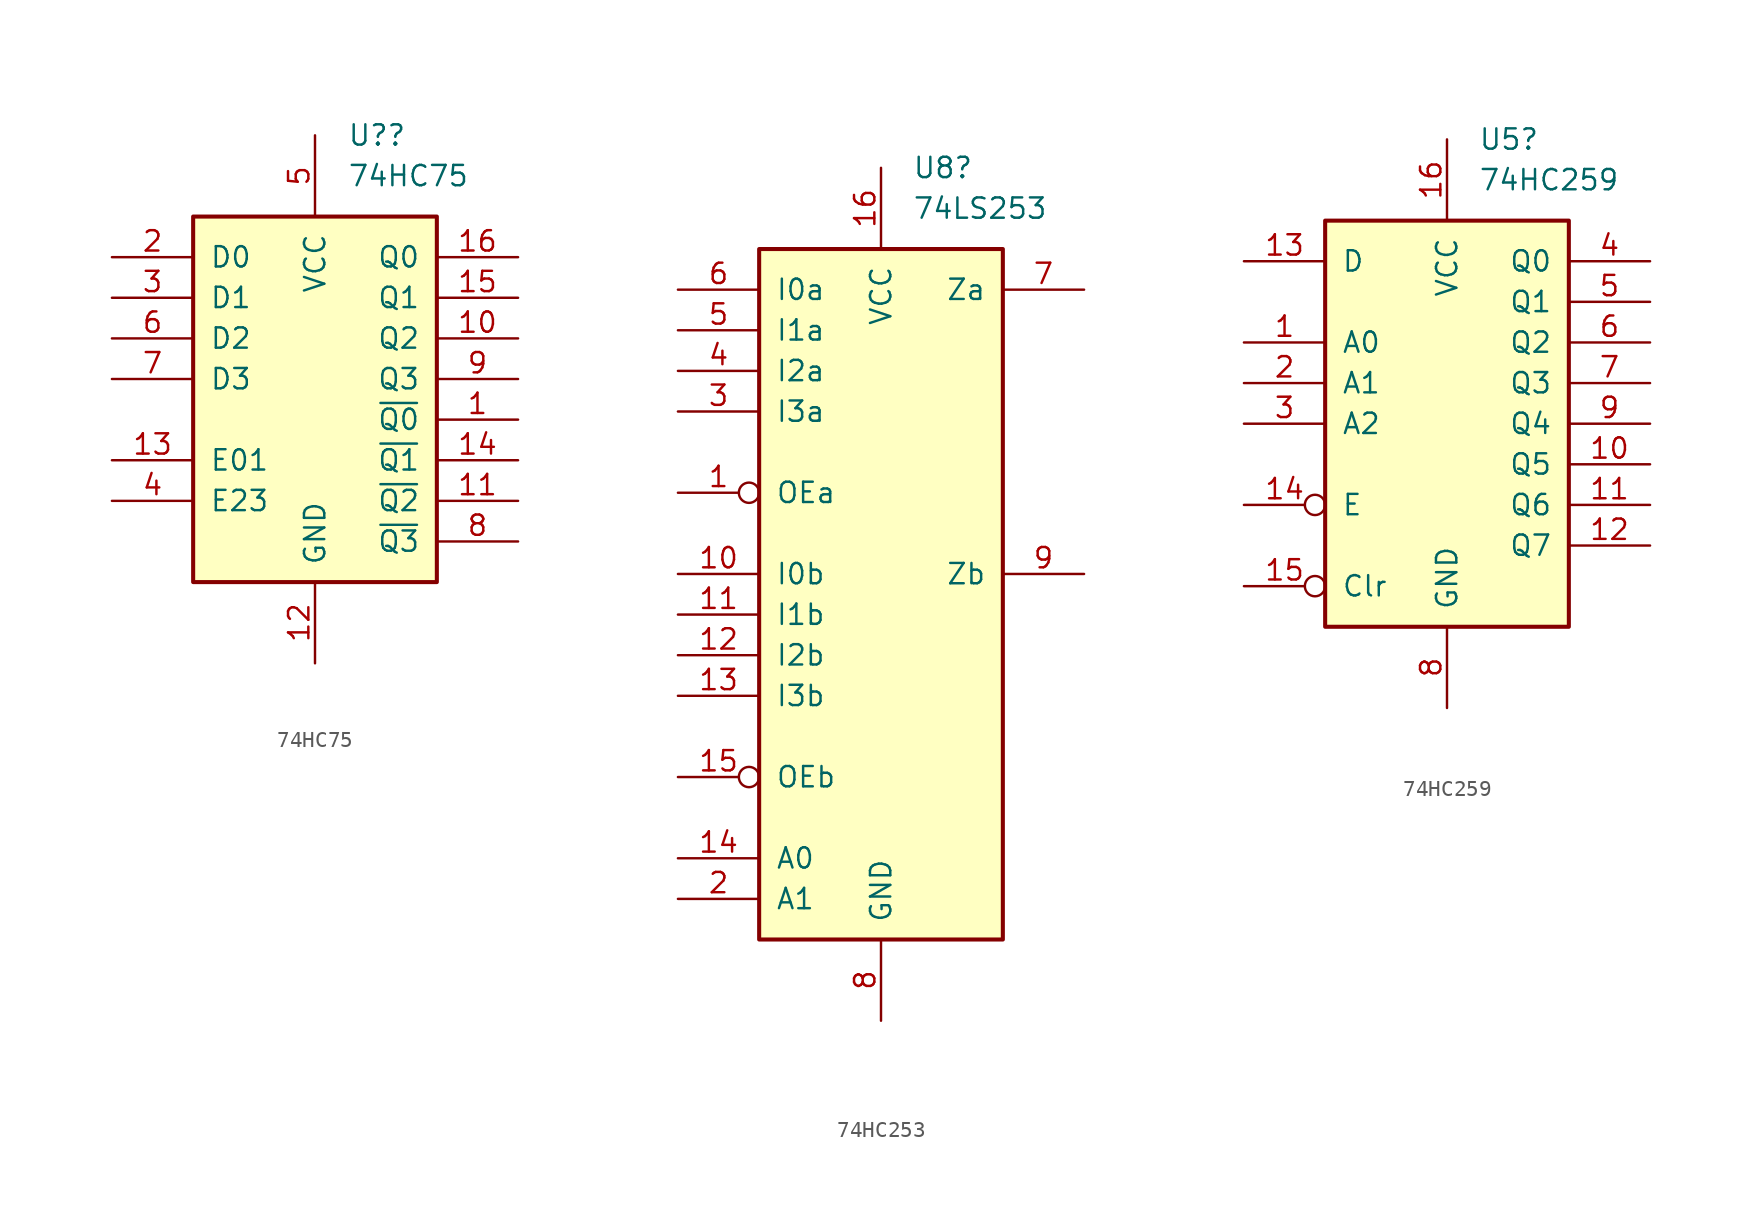
<source format=kicad_sym>
(kicad_symbol_lib
  (version 20220914)
  (generator kicad_symbol_editor)
  (symbol "74HC75"
    (pin_names
      (offset 1.016))
    (property "Reference" "U?"
      (at 2.019 15.24 0)
      (effects (font (size 1.27 1.27)) (justify left)))
    (property "Value" "74HC75"
      (at 2.019 12.7 0)
      (effects (font (size 1.27 1.27)) (justify left)))
    (symbol "74HC75_1_0"
      (pin output line (at 12.7 -2.54 180) (length 5.08) (name "~{Q0}" (effects (font (size 1.27 1.27)))) (number "1" (effects (font (size 1.27 1.27)))))
      (pin output line (at 12.7 2.54 180) (length 5.08) (name "Q2" (effects (font (size 1.27 1.27)))) (number "10" (effects (font (size 1.27 1.27)))))
      (pin output line (at 12.7 -7.62 180) (length 5.08) (name "~{Q2}" (effects (font (size 1.27 1.27)))) (number "11" (effects (font (size 1.27 1.27)))))
      (pin power_in line (at 0 -17.78 90) (length 5.08) (name "GND" (effects (font (size 1.27 1.27)))) (number "12" (effects (font (size 1.27 1.27)))))
      (pin input line (at -12.7 -5.08 0) (length 5.08) (name "E01" (effects (font (size 1.27 1.27)))) (number "13" (effects (font (size 1.27 1.27)))))
      (pin output line (at 12.7 -5.08 180) (length 5.08) (name "~{Q1}" (effects (font (size 1.27 1.27)))) (number "14" (effects (font (size 1.27 1.27)))))
      (pin output line (at 12.7 5.08 180) (length 5.08) (name "Q1" (effects (font (size 1.27 1.27)))) (number "15" (effects (font (size 1.27 1.27)))))
      (pin output line (at 12.7 7.62 180) (length 5.08) (name "Q0" (effects (font (size 1.27 1.27)))) (number "16" (effects (font (size 1.27 1.27)))))
      (pin input line (at -12.7 7.62 0) (length 5.08) (name "D0" (effects (font (size 1.27 1.27)))) (number "2" (effects (font (size 1.27 1.27)))))
      (pin input line (at -12.7 5.08 0) (length 5.08) (name "D1" (effects (font (size 1.27 1.27)))) (number "3" (effects (font (size 1.27 1.27)))))
      (pin input line (at -12.7 -7.62 0) (length 5.08) (name "E23" (effects (font (size 1.27 1.27)))) (number "4" (effects (font (size 1.27 1.27)))))
      (pin power_in line (at 0 15.24 270) (length 5.08) (name "VCC" (effects (font (size 1.27 1.27)))) (number "5" (effects (font (size 1.27 1.27)))))
      (pin input line (at -12.7 2.54 0) (length 5.08) (name "D2" (effects (font (size 1.27 1.27)))) (number "6" (effects (font (size 1.27 1.27)))))
      (pin input line (at -12.7 0 0) (length 5.08) (name "D3" (effects (font (size 1.27 1.27)))) (number "7" (effects (font (size 1.27 1.27)))))
      (pin output line (at 12.7 -10.16 180) (length 5.08) (name "~{Q3}" (effects (font (size 1.27 1.27)))) (number "8" (effects (font (size 1.27 1.27)))))
      (pin output line (at 12.7 0 180) (length 5.08) (name "Q3" (effects (font (size 1.27 1.27)))) (number "9" (effects (font (size 1.27 1.27))))))
    (symbol "74HC75_1_1"
      (rectangle (start -7.62 10.16) (end 7.62 -12.7) (stroke (width 0.254) (type default)) (fill (type background)))))
  (symbol "74HC253"
    (pin_names
      (offset 1.016))
    (property "Reference" "U8"
      (at 1.956 25.4 0)
      (effects (font (size 1.27 1.27)) (justify left)))
    (property "Value" "74LS253"
      (at 1.956 22.86 0)
      (effects (font (size 1.27 1.27)) (justify left)))
    (property "ki_locked" ""
      (at 0 0 0)
      (effects (font (size 1.27 1.27))))
    (symbol "74HC253_1_0"
      (pin input inverted (at -12.7 5.08 0) (length 5.08) (name "OEa" (effects (font (size 1.27 1.27)))) (number "1" (effects (font (size 1.27 1.27)))))
      (pin input line (at -12.7 0 0) (length 5.08) (name "I0b" (effects (font (size 1.27 1.27)))) (number "10" (effects (font (size 1.27 1.27)))))
      (pin input line (at -12.7 -2.54 0) (length 5.08) (name "I1b" (effects (font (size 1.27 1.27)))) (number "11" (effects (font (size 1.27 1.27)))))
      (pin input line (at -12.7 -5.08 0) (length 5.08) (name "I2b" (effects (font (size 1.27 1.27)))) (number "12" (effects (font (size 1.27 1.27)))))
      (pin input line (at -12.7 -7.62 0) (length 5.08) (name "I3b" (effects (font (size 1.27 1.27)))) (number "13" (effects (font (size 1.27 1.27)))))
      (pin input line (at -12.7 -17.78 0) (length 5.08) (name "A0" (effects (font (size 1.27 1.27)))) (number "14" (effects (font (size 1.27 1.27)))))
      (pin input inverted (at -12.7 -12.7 0) (length 5.08) (name "OEb" (effects (font (size 1.27 1.27)))) (number "15" (effects (font (size 1.27 1.27)))))
      (pin power_in line (at 0 25.4 270) (length 5.08) (name "VCC" (effects (font (size 1.27 1.27)))) (number "16" (effects (font (size 1.27 1.27)))))
      (pin input line (at -12.7 -20.32 0) (length 5.08) (name "A1" (effects (font (size 1.27 1.27)))) (number "2" (effects (font (size 1.27 1.27)))))
      (pin input line (at -12.7 10.16 0) (length 5.08) (name "I3a" (effects (font (size 1.27 1.27)))) (number "3" (effects (font (size 1.27 1.27)))))
      (pin input line (at -12.7 12.7 0) (length 5.08) (name "I2a" (effects (font (size 1.27 1.27)))) (number "4" (effects (font (size 1.27 1.27)))))
      (pin input line (at -12.7 15.24 0) (length 5.08) (name "I1a" (effects (font (size 1.27 1.27)))) (number "5" (effects (font (size 1.27 1.27)))))
      (pin input line (at -12.7 17.78 0) (length 5.08) (name "I0a" (effects (font (size 1.27 1.27)))) (number "6" (effects (font (size 1.27 1.27)))))
      (pin tri_state line (at 12.7 17.78 180) (length 5.08) (name "Za" (effects (font (size 1.27 1.27)))) (number "7" (effects (font (size 1.27 1.27)))))
      (pin power_in line (at 0 -27.94 90) (length 5.08) (name "GND" (effects (font (size 1.27 1.27)))) (number "8" (effects (font (size 1.27 1.27)))))
      (pin tri_state line (at 12.7 0 180) (length 5.08) (name "Zb" (effects (font (size 1.27 1.27)))) (number "9" (effects (font (size 1.27 1.27))))))
    (symbol "74HC253_1_1"
      (rectangle (start -7.62 20.32) (end 7.62 -22.86) (stroke (width 0.254) (type default)) (fill (type background)))))
  (symbol "74HC259"
    (pin_names
      (offset 1.016))
    (property "Reference" "U5"
      (at 1.956 17.78 0)
      (effects (font (size 1.27 1.27)) (justify left)))
    (property "Value" "74HC259"
      (at 1.956 15.24 0)
      (effects (font (size 1.27 1.27)) (justify left)))
    (property "ki_locked" ""
      (at 0 0 0)
      (effects (font (size 1.27 1.27))))
    (symbol "74HC259_1_0"
      (pin input line (at -12.7 5.08 0) (length 5.08) (name "A0" (effects (font (size 1.27 1.27)))) (number "1" (effects (font (size 1.27 1.27)))))
      (pin output line (at 12.7 -2.54 180) (length 5.08) (name "Q5" (effects (font (size 1.27 1.27)))) (number "10" (effects (font (size 1.27 1.27)))))
      (pin output line (at 12.7 -5.08 180) (length 5.08) (name "Q6" (effects (font (size 1.27 1.27)))) (number "11" (effects (font (size 1.27 1.27)))))
      (pin output line (at 12.7 -7.62 180) (length 5.08) (name "Q7" (effects (font (size 1.27 1.27)))) (number "12" (effects (font (size 1.27 1.27)))))
      (pin input line (at -12.7 10.16 0) (length 5.08) (name "D" (effects (font (size 1.27 1.27)))) (number "13" (effects (font (size 1.27 1.27)))))
      (pin input inverted (at -12.7 -5.08 0) (length 5.08) (name "E" (effects (font (size 1.27 1.27)))) (number "14" (effects (font (size 1.27 1.27)))))
      (pin input inverted (at -12.7 -10.16 0) (length 5.08) (name "Clr" (effects (font (size 1.27 1.27)))) (number "15" (effects (font (size 1.27 1.27)))))
      (pin power_in line (at 0 17.78 270) (length 5.08) (name "VCC" (effects (font (size 1.27 1.27)))) (number "16" (effects (font (size 1.27 1.27)))))
      (pin input line (at -12.7 2.54 0) (length 5.08) (name "A1" (effects (font (size 1.27 1.27)))) (number "2" (effects (font (size 1.27 1.27)))))
      (pin input line (at -12.7 0 0) (length 5.08) (name "A2" (effects (font (size 1.27 1.27)))) (number "3" (effects (font (size 1.27 1.27)))))
      (pin output line (at 12.7 10.16 180) (length 5.08) (name "Q0" (effects (font (size 1.27 1.27)))) (number "4" (effects (font (size 1.27 1.27)))))
      (pin output line (at 12.7 7.62 180) (length 5.08) (name "Q1" (effects (font (size 1.27 1.27)))) (number "5" (effects (font (size 1.27 1.27)))))
      (pin output line (at 12.7 5.08 180) (length 5.08) (name "Q2" (effects (font (size 1.27 1.27)))) (number "6" (effects (font (size 1.27 1.27)))))
      (pin output line (at 12.7 2.54 180) (length 5.08) (name "Q3" (effects (font (size 1.27 1.27)))) (number "7" (effects (font (size 1.27 1.27)))))
      (pin power_in line (at 0 -17.78 90) (length 5.08) (name "GND" (effects (font (size 1.27 1.27)))) (number "8" (effects (font (size 1.27 1.27)))))
      (pin output line (at 12.7 0 180) (length 5.08) (name "Q4" (effects (font (size 1.27 1.27)))) (number "9" (effects (font (size 1.27 1.27))))))
    (symbol "74HC259_1_1"
      (rectangle (start -7.62 12.7) (end 7.62 -12.7) (stroke (width 0.254) (type default)) (fill (type background))))))
</source>
